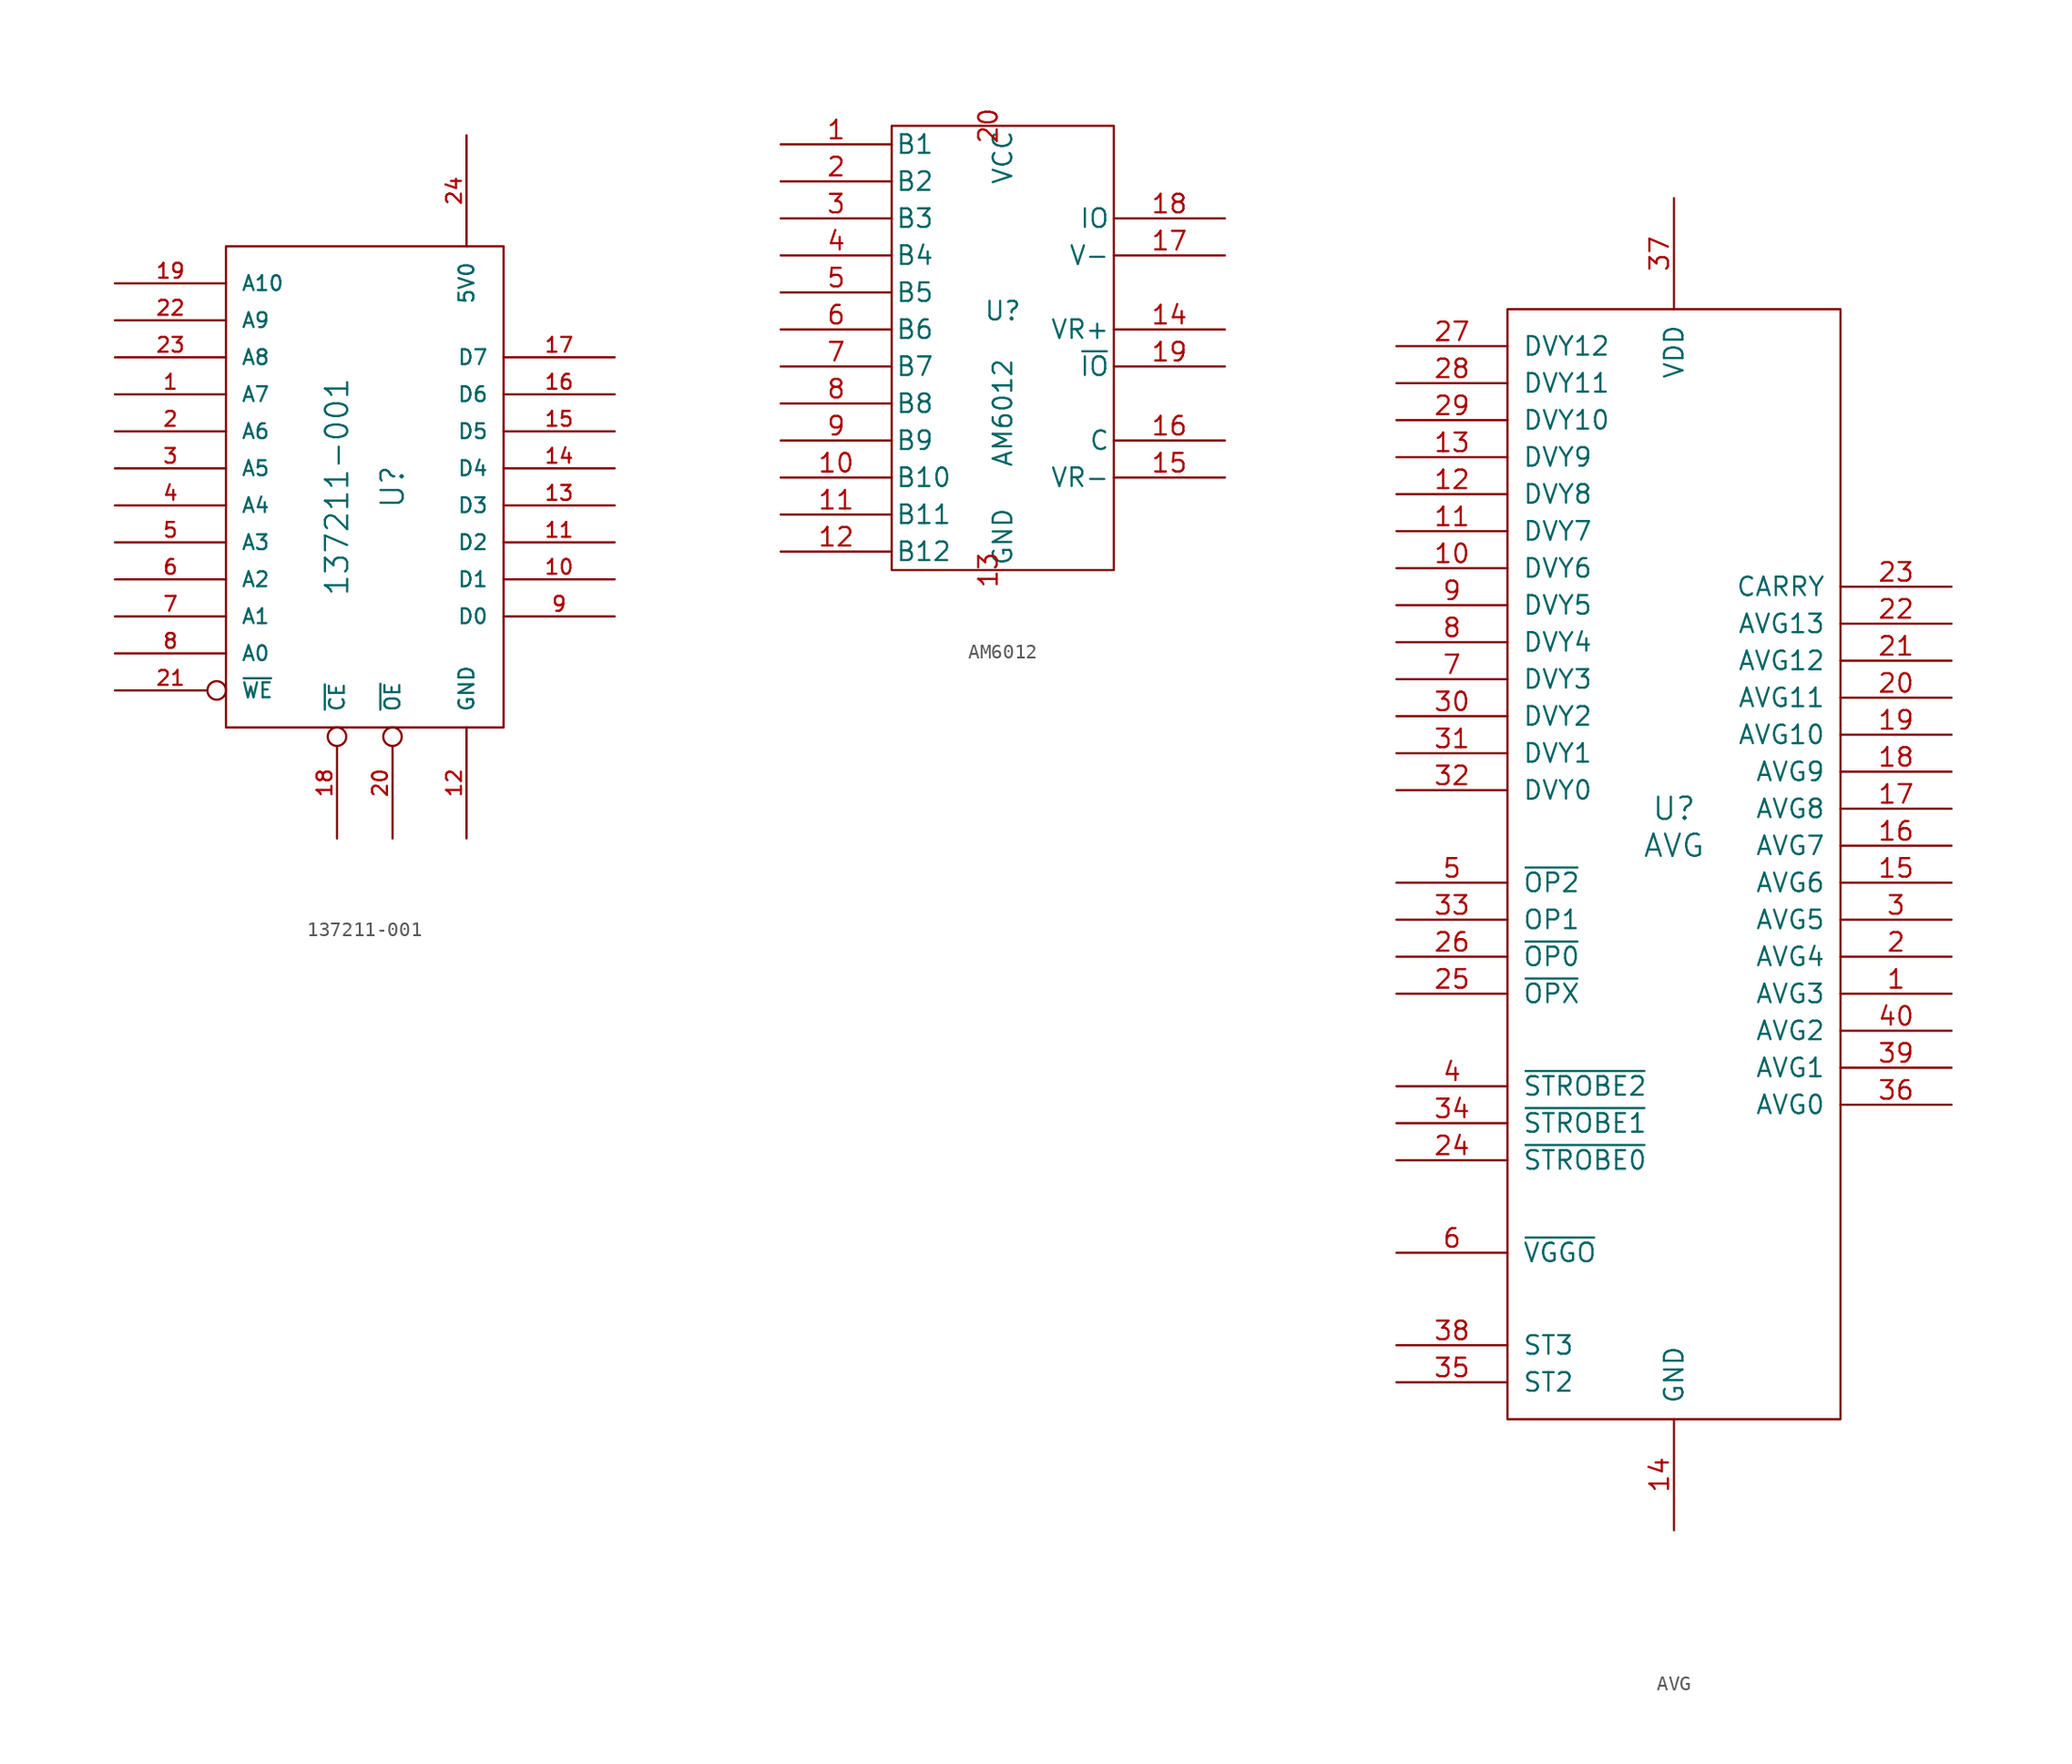
<source format=kicad_sym>
(kicad_symbol_lib
  (version 20211014)
  (generator kicad_symbol_editor)
  (symbol "137211-001"
    (pin_names
      (offset 1.016))
    (property "Reference" "U"
      (at 1.905 0 90)
      (effects (font (size 1.524 1.524))))
    (property "Value" "137211-001"
      (at -1.905 0 90)
      (effects (font (size 1.524 1.524))))
    (symbol "137211-001_0_1"
      (polyline (pts (xy -9.525 16.51) (xy 9.525 16.51) (xy 9.525 -16.51) (xy -9.525 -16.51) (xy -9.525 16.51)) (stroke (width 0) (type default) (color 0 0 0 0)) (fill (type none))))
    (symbol "137211-001_1_0"
      (pin input line (at -17.145 6.35 0) (length 7.62) (name "A7" (effects (font (size 1.016 1.016)))) (number "1" (effects (font (size 1.016 1.016)))))
      (pin bidirectional line (at 17.145 -6.35 180) (length 7.62) (name "D1" (effects (font (size 1.016 1.016)))) (number "10" (effects (font (size 1.016 1.016)))))
      (pin bidirectional line (at 17.145 -3.81 180) (length 7.62) (name "D2" (effects (font (size 1.016 1.016)))) (number "11" (effects (font (size 1.016 1.016)))))
      (pin power_in line (at 6.985 -24.13 90) (length 7.62) (name "GND" (effects (font (size 1.016 1.016)))) (number "12" (effects (font (size 1.016 1.016)))))
      (pin bidirectional line (at 17.145 -1.27 180) (length 7.62) (name "D3" (effects (font (size 1.016 1.016)))) (number "13" (effects (font (size 1.016 1.016)))))
      (pin bidirectional line (at 17.145 1.27 180) (length 7.62) (name "D4" (effects (font (size 1.016 1.016)))) (number "14" (effects (font (size 1.016 1.016)))))
      (pin bidirectional line (at 17.145 3.81 180) (length 7.62) (name "D5" (effects (font (size 1.016 1.016)))) (number "15" (effects (font (size 1.016 1.016)))))
      (pin bidirectional line (at 17.145 6.35 180) (length 7.62) (name "D6" (effects (font (size 1.016 1.016)))) (number "16" (effects (font (size 1.016 1.016)))))
      (pin bidirectional line (at 17.145 8.89 180) (length 7.62) (name "D7" (effects (font (size 1.016 1.016)))) (number "17" (effects (font (size 1.016 1.016)))))
      (pin input inverted (at -1.905 -24.13 90) (length 7.62) (name "~{CE}" (effects (font (size 1.016 1.016)))) (number "18" (effects (font (size 1.016 1.016)))))
      (pin input line (at -17.145 13.97 0) (length 7.62) (name "A10" (effects (font (size 1.016 1.016)))) (number "19" (effects (font (size 1.016 1.016)))))
      (pin input line (at -17.145 3.81 0) (length 7.62) (name "A6" (effects (font (size 1.016 1.016)))) (number "2" (effects (font (size 1.016 1.016)))))
      (pin input inverted (at 1.905 -24.13 90) (length 7.62) (name "~{OE}" (effects (font (size 1.016 1.016)))) (number "20" (effects (font (size 1.016 1.016)))))
      (pin input inverted (at -17.145 -13.97 0) (length 7.62) (name "~{WE}" (effects (font (size 1.016 1.016)))) (number "21" (effects (font (size 1.016 1.016)))))
      (pin input line (at -17.145 11.43 0) (length 7.62) (name "A9" (effects (font (size 1.016 1.016)))) (number "22" (effects (font (size 1.016 1.016)))))
      (pin input line (at -17.145 8.89 0) (length 7.62) (name "A8" (effects (font (size 1.016 1.016)))) (number "23" (effects (font (size 1.016 1.016)))))
      (pin power_in line (at 6.985 24.13 270) (length 7.62) (name "5V0" (effects (font (size 1.016 1.016)))) (number "24" (effects (font (size 1.016 1.016)))))
      (pin input line (at -17.145 1.27 0) (length 7.62) (name "A5" (effects (font (size 1.016 1.016)))) (number "3" (effects (font (size 1.016 1.016)))))
      (pin input line (at -17.145 -1.27 0) (length 7.62) (name "A4" (effects (font (size 1.016 1.016)))) (number "4" (effects (font (size 1.016 1.016)))))
      (pin input line (at -17.145 -3.81 0) (length 7.62) (name "A3" (effects (font (size 1.016 1.016)))) (number "5" (effects (font (size 1.016 1.016)))))
      (pin input line (at -17.145 -6.35 0) (length 7.62) (name "A2" (effects (font (size 1.016 1.016)))) (number "6" (effects (font (size 1.016 1.016)))))
      (pin input line (at -17.145 -8.89 0) (length 7.62) (name "A1" (effects (font (size 1.016 1.016)))) (number "7" (effects (font (size 1.016 1.016)))))
      (pin input line (at -17.145 -11.43 0) (length 7.62) (name "A0" (effects (font (size 1.016 1.016)))) (number "8" (effects (font (size 1.016 1.016)))))
      (pin bidirectional line (at 17.145 -8.89 180) (length 7.62) (name "D0" (effects (font (size 1.016 1.016)))) (number "9" (effects (font (size 1.016 1.016)))))))
  (symbol "AM6012"
    (pin_names
      (offset 0.254))
    (property "Reference" "U"
      (at 0 1.27 0)
      (effects (font (size 1.27 1.27))))
    (property "Value" "AM6012"
      (at 0 -5.715 90)
      (effects (font (size 1.27 1.27))))
    (symbol "AM6012_0_0"
      (pin power_in line (at 0 -16.51 90) (length 0) (name "GND" (effects (font (size 1.27 1.27)))) (number "13" (effects (font (size 1.27 1.27))))))
    (symbol "AM6012_0_1"
      (rectangle (start -7.62 13.97) (end 7.62 -16.51) (stroke (width 0) (type default) (color 0 0 0 0)) (fill (type none))))
    (symbol "AM6012_1_0"
      (pin input line (at 15.24 0 180) (length 7.62) (name "VR+" (effects (font (size 1.27 1.27)))) (number "14" (effects (font (size 1.27 1.27)))))
      (pin input line (at 15.24 -10.16 180) (length 7.62) (name "VR-" (effects (font (size 1.27 1.27)))) (number "15" (effects (font (size 1.27 1.27)))))
      (pin input line (at 15.24 -7.62 180) (length 7.62) (name "C" (effects (font (size 1.27 1.27)))) (number "16" (effects (font (size 1.27 1.27)))))
      (pin input line (at 15.24 5.08 180) (length 7.62) (name "V-" (effects (font (size 1.27 1.27)))) (number "17" (effects (font (size 1.27 1.27)))))
      (pin input line (at 15.24 -2.54 180) (length 7.62) (name "~{IO}" (effects (font (size 1.27 1.27)))) (number "19" (effects (font (size 1.27 1.27)))))
      (pin power_in line (at 0 13.97 270) (length 0) (name "VCC" (effects (font (size 1.27 1.27)))) (number "20" (effects (font (size 1.27 1.27))))))
    (symbol "AM6012_1_1"
      (pin input line (at -15.24 12.7 0) (length 7.62) (name "B1" (effects (font (size 1.27 1.27)))) (number "1" (effects (font (size 1.27 1.27)))))
      (pin input line (at -15.24 -10.16 0) (length 7.62) (name "B10" (effects (font (size 1.27 1.27)))) (number "10" (effects (font (size 1.27 1.27)))))
      (pin input line (at -15.24 -12.7 0) (length 7.62) (name "B11" (effects (font (size 1.27 1.27)))) (number "11" (effects (font (size 1.27 1.27)))))
      (pin input line (at -15.24 -15.24 0) (length 7.62) (name "B12" (effects (font (size 1.27 1.27)))) (number "12" (effects (font (size 1.27 1.27)))))
      (pin input line (at 15.24 7.62 180) (length 7.62) (name "IO" (effects (font (size 1.27 1.27)))) (number "18" (effects (font (size 1.27 1.27)))))
      (pin input line (at -15.24 10.16 0) (length 7.62) (name "B2" (effects (font (size 1.27 1.27)))) (number "2" (effects (font (size 1.27 1.27)))))
      (pin input line (at -15.24 7.62 0) (length 7.62) (name "B3" (effects (font (size 1.27 1.27)))) (number "3" (effects (font (size 1.27 1.27)))))
      (pin input line (at -15.24 5.08 0) (length 7.62) (name "B4" (effects (font (size 1.27 1.27)))) (number "4" (effects (font (size 1.27 1.27)))))
      (pin input line (at -15.24 2.54 0) (length 7.62) (name "B5" (effects (font (size 1.27 1.27)))) (number "5" (effects (font (size 1.27 1.27)))))
      (pin input line (at -15.24 0 0) (length 7.62) (name "B6" (effects (font (size 1.27 1.27)))) (number "6" (effects (font (size 1.27 1.27)))))
      (pin input line (at -15.24 -2.54 0) (length 7.62) (name "B7" (effects (font (size 1.27 1.27)))) (number "7" (effects (font (size 1.27 1.27)))))
      (pin input line (at -15.24 -5.08 0) (length 7.62) (name "B8" (effects (font (size 1.27 1.27)))) (number "8" (effects (font (size 1.27 1.27)))))
      (pin input line (at -15.24 -7.62 0) (length 7.62) (name "B9" (effects (font (size 1.27 1.27)))) (number "9" (effects (font (size 1.27 1.27)))))))
  (symbol "AVG"
    (pin_names
      (offset 1.016))
    (property "Reference" "U"
      (at 0 1.27 0)
      (effects (font (size 1.524 1.524))))
    (property "Value" "AVG"
      (at 0 -1.27 0)
      (effects (font (size 1.524 1.524))))
    (symbol "AVG_0_1"
      (polyline (pts (xy -11.43 35.56) (xy -11.43 -40.64) (xy 11.43 -40.64) (xy 11.43 35.56) (xy -11.43 35.56)) (stroke (width 0) (type default) (color 0 0 0 0)) (fill (type none))))
    (symbol "AVG_1_1"
      (pin output line (at 19.05 -11.43 180) (length 7.62) (name "AVG3" (effects (font (size 1.27 1.27)))) (number "1" (effects (font (size 1.27 1.27)))))
      (pin input line (at -19.05 17.78 0) (length 7.62) (name "DVY6" (effects (font (size 1.27 1.27)))) (number "10" (effects (font (size 1.27 1.27)))))
      (pin input line (at -19.05 20.32 0) (length 7.62) (name "DVY7" (effects (font (size 1.27 1.27)))) (number "11" (effects (font (size 1.27 1.27)))))
      (pin input line (at -19.05 22.86 0) (length 7.62) (name "DVY8" (effects (font (size 1.27 1.27)))) (number "12" (effects (font (size 1.27 1.27)))))
      (pin input line (at -19.05 25.4 0) (length 7.62) (name "DVY9" (effects (font (size 1.27 1.27)))) (number "13" (effects (font (size 1.27 1.27)))))
      (pin power_in line (at 0 -48.26 90) (length 7.62) (name "GND" (effects (font (size 1.27 1.27)))) (number "14" (effects (font (size 1.27 1.27)))))
      (pin output line (at 19.05 -3.81 180) (length 7.62) (name "AVG6" (effects (font (size 1.27 1.27)))) (number "15" (effects (font (size 1.27 1.27)))))
      (pin output line (at 19.05 -1.27 180) (length 7.62) (name "AVG7" (effects (font (size 1.27 1.27)))) (number "16" (effects (font (size 1.27 1.27)))))
      (pin output line (at 19.05 1.27 180) (length 7.62) (name "AVG8" (effects (font (size 1.27 1.27)))) (number "17" (effects (font (size 1.27 1.27)))))
      (pin output line (at 19.05 3.81 180) (length 7.62) (name "AVG9" (effects (font (size 1.27 1.27)))) (number "18" (effects (font (size 1.27 1.27)))))
      (pin output line (at 19.05 6.35 180) (length 7.62) (name "AVG10" (effects (font (size 1.27 1.27)))) (number "19" (effects (font (size 1.27 1.27)))))
      (pin output line (at 19.05 -8.89 180) (length 7.62) (name "AVG4" (effects (font (size 1.27 1.27)))) (number "2" (effects (font (size 1.27 1.27)))))
      (pin output line (at 19.05 8.89 180) (length 7.62) (name "AVG11" (effects (font (size 1.27 1.27)))) (number "20" (effects (font (size 1.27 1.27)))))
      (pin output line (at 19.05 11.43 180) (length 7.62) (name "AVG12" (effects (font (size 1.27 1.27)))) (number "21" (effects (font (size 1.27 1.27)))))
      (pin output line (at 19.05 13.97 180) (length 7.62) (name "AVG13" (effects (font (size 1.27 1.27)))) (number "22" (effects (font (size 1.27 1.27)))))
      (pin output line (at 19.05 16.51 180) (length 7.62) (name "CARRY" (effects (font (size 1.27 1.27)))) (number "23" (effects (font (size 1.27 1.27)))))
      (pin input line (at -19.05 -22.86 0) (length 7.62) (name "~{STROBE0}" (effects (font (size 1.27 1.27)))) (number "24" (effects (font (size 1.27 1.27)))))
      (pin input line (at -19.05 -11.43 0) (length 7.62) (name "~{OPX}" (effects (font (size 1.27 1.27)))) (number "25" (effects (font (size 1.27 1.27)))))
      (pin input line (at -19.05 -8.89 0) (length 7.62) (name "~{OP0}" (effects (font (size 1.27 1.27)))) (number "26" (effects (font (size 1.27 1.27)))))
      (pin input line (at -19.05 33.02 0) (length 7.62) (name "DVY12" (effects (font (size 1.27 1.27)))) (number "27" (effects (font (size 1.27 1.27)))))
      (pin input line (at -19.05 30.48 0) (length 7.62) (name "DVY11" (effects (font (size 1.27 1.27)))) (number "28" (effects (font (size 1.27 1.27)))))
      (pin input line (at -19.05 27.94 0) (length 7.62) (name "DVY10" (effects (font (size 1.27 1.27)))) (number "29" (effects (font (size 1.27 1.27)))))
      (pin output line (at 19.05 -6.35 180) (length 7.62) (name "AVG5" (effects (font (size 1.27 1.27)))) (number "3" (effects (font (size 1.27 1.27)))))
      (pin input line (at -19.05 7.62 0) (length 7.62) (name "DVY2" (effects (font (size 1.27 1.27)))) (number "30" (effects (font (size 1.27 1.27)))))
      (pin input line (at -19.05 5.08 0) (length 7.62) (name "DVY1" (effects (font (size 1.27 1.27)))) (number "31" (effects (font (size 1.27 1.27)))))
      (pin input line (at -19.05 2.54 0) (length 7.62) (name "DVY0" (effects (font (size 1.27 1.27)))) (number "32" (effects (font (size 1.27 1.27)))))
      (pin input line (at -19.05 -6.35 0) (length 7.62) (name "OP1" (effects (font (size 1.27 1.27)))) (number "33" (effects (font (size 1.27 1.27)))))
      (pin input line (at -19.05 -20.32 0) (length 7.62) (name "~{STROBE1}" (effects (font (size 1.27 1.27)))) (number "34" (effects (font (size 1.27 1.27)))))
      (pin input line (at -19.05 -38.1 0) (length 7.62) (name "ST2" (effects (font (size 1.27 1.27)))) (number "35" (effects (font (size 1.27 1.27)))))
      (pin output line (at 19.05 -19.05 180) (length 7.62) (name "AVG0" (effects (font (size 1.27 1.27)))) (number "36" (effects (font (size 1.27 1.27)))))
      (pin power_in line (at 0 43.18 270) (length 7.62) (name "VDD" (effects (font (size 1.27 1.27)))) (number "37" (effects (font (size 1.27 1.27)))))
      (pin input line (at -19.05 -35.56 0) (length 7.62) (name "ST3" (effects (font (size 1.27 1.27)))) (number "38" (effects (font (size 1.27 1.27)))))
      (pin output line (at 19.05 -16.51 180) (length 7.62) (name "AVG1" (effects (font (size 1.27 1.27)))) (number "39" (effects (font (size 1.27 1.27)))))
      (pin input line (at -19.05 -17.78 0) (length 7.62) (name "~{STROBE2}" (effects (font (size 1.27 1.27)))) (number "4" (effects (font (size 1.27 1.27)))))
      (pin output line (at 19.05 -13.97 180) (length 7.62) (name "AVG2" (effects (font (size 1.27 1.27)))) (number "40" (effects (font (size 1.27 1.27)))))
      (pin input line (at -19.05 -3.81 0) (length 7.62) (name "~{OP2}" (effects (font (size 1.27 1.27)))) (number "5" (effects (font (size 1.27 1.27)))))
      (pin input line (at -19.05 -29.21 0) (length 7.62) (name "~{VGGO}" (effects (font (size 1.27 1.27)))) (number "6" (effects (font (size 1.27 1.27)))))
      (pin input line (at -19.05 10.16 0) (length 7.62) (name "DVY3" (effects (font (size 1.27 1.27)))) (number "7" (effects (font (size 1.27 1.27)))))
      (pin input line (at -19.05 12.7 0) (length 7.62) (name "DVY4" (effects (font (size 1.27 1.27)))) (number "8" (effects (font (size 1.27 1.27)))))
      (pin input line (at -19.05 15.24 0) (length 7.62) (name "DVY5" (effects (font (size 1.27 1.27)))) (number "9" (effects (font (size 1.27 1.27))))))))
</source>
